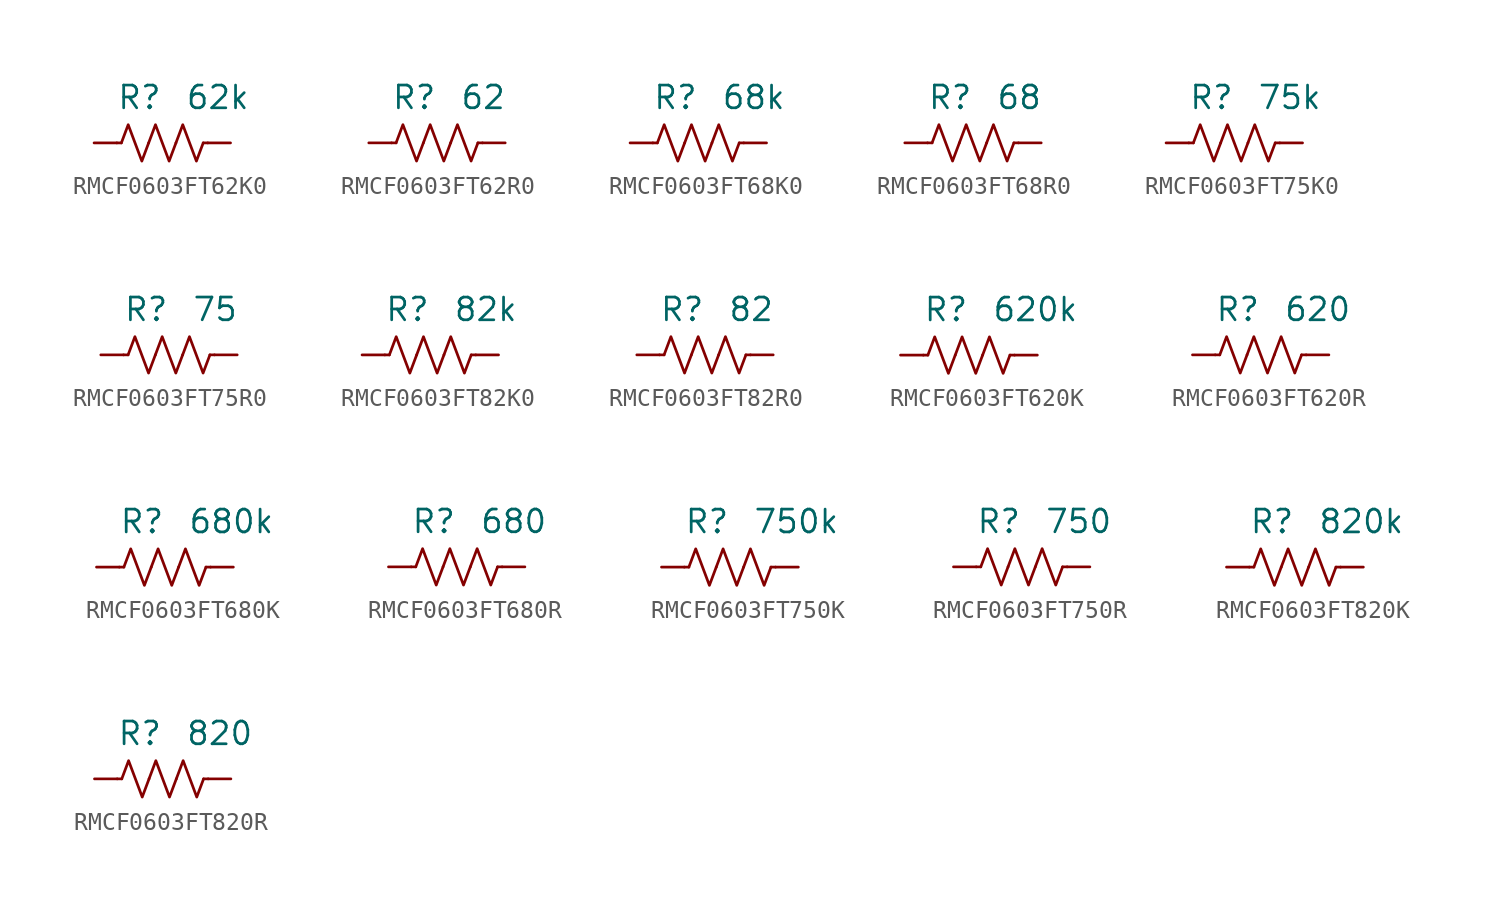
<source format=kicad_sym>
(kicad_symbol_lib
  (version 20241209)
  (generator "kicad_symbol_editor")
  (generator_version "9.0")
  (symbol "RMCF0603FT62K0"
    (pin_numbers
      (hide yes))
    (property "Reference" "R"
      (at 0 2.54 0)
      (effects (font (size 1.27 1.27)) (justify right)))
    (property "Value" "62k"
      (at 1.27 2.54 0)
      (effects (font (size 1.27 1.27)) (justify left)))
    (symbol "RMCF0603FT62K0_0_1"
      (polyline (pts (xy -2.286 0) (xy -2.54 0)) (stroke (width 0) (type default)) (fill (type none)))
      (polyline (pts (xy -2.286 0) (xy -1.905 1.016) (xy -1.524 0) (xy -1.143 -1.016) (xy -0.762 0)) (stroke (width 0) (type default)) (fill (type none)))
      (polyline (pts (xy -0.762 0) (xy -0.381 1.016) (xy 0 0) (xy 0.381 -1.016) (xy 0.762 0)) (stroke (width 0) (type default)) (fill (type none)))
      (polyline (pts (xy 0.762 0) (xy 1.143 1.016) (xy 1.524 0) (xy 1.905 -1.016) (xy 2.286 0)) (stroke (width 0) (type default)) (fill (type none)))
      (polyline (pts (xy 2.286 0) (xy 2.54 0)) (stroke (width 0) (type default)) (fill (type none))))
    (symbol "RMCF0603FT62K0_1_1"
      (pin passive line (at -3.81 0 0) (length 1.27) (name "~" (effects (font (size 1.27 1.27)))) (number "1" (effects (font (size 1.27 1.27)))))
      (pin passive line (at 3.81 0 180) (length 1.27) (name "~" (effects (font (size 1.27 1.27)))) (number "2" (effects (font (size 1.27 1.27)))))))
  (symbol "RMCF0603FT62R0"
    (pin_numbers
      (hide yes))
    (property "Reference" "R"
      (at 0 2.54 0)
      (effects (font (size 1.27 1.27)) (justify right)))
    (property "Value" "62"
      (at 1.27 2.54 0)
      (effects (font (size 1.27 1.27)) (justify left)))
    (symbol "RMCF0603FT62R0_0_1"
      (polyline (pts (xy -2.286 0) (xy -2.54 0)) (stroke (width 0) (type default)) (fill (type none)))
      (polyline (pts (xy -2.286 0) (xy -1.905 1.016) (xy -1.524 0) (xy -1.143 -1.016) (xy -0.762 0)) (stroke (width 0) (type default)) (fill (type none)))
      (polyline (pts (xy -0.762 0) (xy -0.381 1.016) (xy 0 0) (xy 0.381 -1.016) (xy 0.762 0)) (stroke (width 0) (type default)) (fill (type none)))
      (polyline (pts (xy 0.762 0) (xy 1.143 1.016) (xy 1.524 0) (xy 1.905 -1.016) (xy 2.286 0)) (stroke (width 0) (type default)) (fill (type none)))
      (polyline (pts (xy 2.286 0) (xy 2.54 0)) (stroke (width 0) (type default)) (fill (type none))))
    (symbol "RMCF0603FT62R0_1_1"
      (pin passive line (at -3.81 0 0) (length 1.27) (name "~" (effects (font (size 1.27 1.27)))) (number "1" (effects (font (size 1.27 1.27)))))
      (pin passive line (at 3.81 0 180) (length 1.27) (name "~" (effects (font (size 1.27 1.27)))) (number "2" (effects (font (size 1.27 1.27)))))))
  (symbol "RMCF0603FT68K0"
    (pin_numbers
      (hide yes))
    (property "Reference" "R"
      (at 0 2.54 0)
      (effects (font (size 1.27 1.27)) (justify right)))
    (property "Value" "68k"
      (at 1.27 2.54 0)
      (effects (font (size 1.27 1.27)) (justify left)))
    (symbol "RMCF0603FT68K0_0_1"
      (polyline (pts (xy -2.286 0) (xy -2.54 0)) (stroke (width 0) (type default)) (fill (type none)))
      (polyline (pts (xy -2.286 0) (xy -1.905 1.016) (xy -1.524 0) (xy -1.143 -1.016) (xy -0.762 0)) (stroke (width 0) (type default)) (fill (type none)))
      (polyline (pts (xy -0.762 0) (xy -0.381 1.016) (xy 0 0) (xy 0.381 -1.016) (xy 0.762 0)) (stroke (width 0) (type default)) (fill (type none)))
      (polyline (pts (xy 0.762 0) (xy 1.143 1.016) (xy 1.524 0) (xy 1.905 -1.016) (xy 2.286 0)) (stroke (width 0) (type default)) (fill (type none)))
      (polyline (pts (xy 2.286 0) (xy 2.54 0)) (stroke (width 0) (type default)) (fill (type none))))
    (symbol "RMCF0603FT68K0_1_1"
      (pin passive line (at -3.81 0 0) (length 1.27) (name "~" (effects (font (size 1.27 1.27)))) (number "1" (effects (font (size 1.27 1.27)))))
      (pin passive line (at 3.81 0 180) (length 1.27) (name "~" (effects (font (size 1.27 1.27)))) (number "2" (effects (font (size 1.27 1.27)))))))
  (symbol "RMCF0603FT68R0"
    (pin_numbers
      (hide yes))
    (property "Reference" "R"
      (at 0 2.54 0)
      (effects (font (size 1.27 1.27)) (justify right)))
    (property "Value" "68"
      (at 1.27 2.54 0)
      (effects (font (size 1.27 1.27)) (justify left)))
    (symbol "RMCF0603FT68R0_0_1"
      (polyline (pts (xy -2.286 0) (xy -2.54 0)) (stroke (width 0) (type default)) (fill (type none)))
      (polyline (pts (xy -2.286 0) (xy -1.905 1.016) (xy -1.524 0) (xy -1.143 -1.016) (xy -0.762 0)) (stroke (width 0) (type default)) (fill (type none)))
      (polyline (pts (xy -0.762 0) (xy -0.381 1.016) (xy 0 0) (xy 0.381 -1.016) (xy 0.762 0)) (stroke (width 0) (type default)) (fill (type none)))
      (polyline (pts (xy 0.762 0) (xy 1.143 1.016) (xy 1.524 0) (xy 1.905 -1.016) (xy 2.286 0)) (stroke (width 0) (type default)) (fill (type none)))
      (polyline (pts (xy 2.286 0) (xy 2.54 0)) (stroke (width 0) (type default)) (fill (type none))))
    (symbol "RMCF0603FT68R0_1_1"
      (pin passive line (at -3.81 0 0) (length 1.27) (name "~" (effects (font (size 1.27 1.27)))) (number "1" (effects (font (size 1.27 1.27)))))
      (pin passive line (at 3.81 0 180) (length 1.27) (name "~" (effects (font (size 1.27 1.27)))) (number "2" (effects (font (size 1.27 1.27)))))))
  (symbol "RMCF0603FT75K0"
    (pin_numbers
      (hide yes))
    (property "Reference" "R"
      (at 0 2.54 0)
      (effects (font (size 1.27 1.27)) (justify right)))
    (property "Value" "75k"
      (at 1.27 2.54 0)
      (effects (font (size 1.27 1.27)) (justify left)))
    (symbol "RMCF0603FT75K0_0_1"
      (polyline (pts (xy -2.286 0) (xy -2.54 0)) (stroke (width 0) (type default)) (fill (type none)))
      (polyline (pts (xy -2.286 0) (xy -1.905 1.016) (xy -1.524 0) (xy -1.143 -1.016) (xy -0.762 0)) (stroke (width 0) (type default)) (fill (type none)))
      (polyline (pts (xy -0.762 0) (xy -0.381 1.016) (xy 0 0) (xy 0.381 -1.016) (xy 0.762 0)) (stroke (width 0) (type default)) (fill (type none)))
      (polyline (pts (xy 0.762 0) (xy 1.143 1.016) (xy 1.524 0) (xy 1.905 -1.016) (xy 2.286 0)) (stroke (width 0) (type default)) (fill (type none)))
      (polyline (pts (xy 2.286 0) (xy 2.54 0)) (stroke (width 0) (type default)) (fill (type none))))
    (symbol "RMCF0603FT75K0_1_1"
      (pin passive line (at -3.81 0 0) (length 1.27) (name "~" (effects (font (size 1.27 1.27)))) (number "1" (effects (font (size 1.27 1.27)))))
      (pin passive line (at 3.81 0 180) (length 1.27) (name "~" (effects (font (size 1.27 1.27)))) (number "2" (effects (font (size 1.27 1.27)))))))
  (symbol "RMCF0603FT75R0"
    (pin_numbers
      (hide yes))
    (property "Reference" "R"
      (at 0 2.54 0)
      (effects (font (size 1.27 1.27)) (justify right)))
    (property "Value" "75"
      (at 1.27 2.54 0)
      (effects (font (size 1.27 1.27)) (justify left)))
    (symbol "RMCF0603FT75R0_0_1"
      (polyline (pts (xy -2.286 0) (xy -2.54 0)) (stroke (width 0) (type default)) (fill (type none)))
      (polyline (pts (xy -2.286 0) (xy -1.905 1.016) (xy -1.524 0) (xy -1.143 -1.016) (xy -0.762 0)) (stroke (width 0) (type default)) (fill (type none)))
      (polyline (pts (xy -0.762 0) (xy -0.381 1.016) (xy 0 0) (xy 0.381 -1.016) (xy 0.762 0)) (stroke (width 0) (type default)) (fill (type none)))
      (polyline (pts (xy 0.762 0) (xy 1.143 1.016) (xy 1.524 0) (xy 1.905 -1.016) (xy 2.286 0)) (stroke (width 0) (type default)) (fill (type none)))
      (polyline (pts (xy 2.286 0) (xy 2.54 0)) (stroke (width 0) (type default)) (fill (type none))))
    (symbol "RMCF0603FT75R0_1_1"
      (pin passive line (at -3.81 0 0) (length 1.27) (name "~" (effects (font (size 1.27 1.27)))) (number "1" (effects (font (size 1.27 1.27)))))
      (pin passive line (at 3.81 0 180) (length 1.27) (name "~" (effects (font (size 1.27 1.27)))) (number "2" (effects (font (size 1.27 1.27)))))))
  (symbol "RMCF0603FT82K0"
    (pin_numbers
      (hide yes))
    (property "Reference" "R"
      (at 0 2.54 0)
      (effects (font (size 1.27 1.27)) (justify right)))
    (property "Value" "82k"
      (at 1.27 2.54 0)
      (effects (font (size 1.27 1.27)) (justify left)))
    (symbol "RMCF0603FT82K0_0_1"
      (polyline (pts (xy -2.286 0) (xy -2.54 0)) (stroke (width 0) (type default)) (fill (type none)))
      (polyline (pts (xy -2.286 0) (xy -1.905 1.016) (xy -1.524 0) (xy -1.143 -1.016) (xy -0.762 0)) (stroke (width 0) (type default)) (fill (type none)))
      (polyline (pts (xy -0.762 0) (xy -0.381 1.016) (xy 0 0) (xy 0.381 -1.016) (xy 0.762 0)) (stroke (width 0) (type default)) (fill (type none)))
      (polyline (pts (xy 0.762 0) (xy 1.143 1.016) (xy 1.524 0) (xy 1.905 -1.016) (xy 2.286 0)) (stroke (width 0) (type default)) (fill (type none)))
      (polyline (pts (xy 2.286 0) (xy 2.54 0)) (stroke (width 0) (type default)) (fill (type none))))
    (symbol "RMCF0603FT82K0_1_1"
      (pin passive line (at -3.81 0 0) (length 1.27) (name "~" (effects (font (size 1.27 1.27)))) (number "1" (effects (font (size 1.27 1.27)))))
      (pin passive line (at 3.81 0 180) (length 1.27) (name "~" (effects (font (size 1.27 1.27)))) (number "2" (effects (font (size 1.27 1.27)))))))
  (symbol "RMCF0603FT82R0"
    (pin_numbers
      (hide yes))
    (property "Reference" "R"
      (at 0 2.54 0)
      (effects (font (size 1.27 1.27)) (justify right)))
    (property "Value" "82"
      (at 1.27 2.54 0)
      (effects (font (size 1.27 1.27)) (justify left)))
    (symbol "RMCF0603FT82R0_0_1"
      (polyline (pts (xy -2.286 0) (xy -2.54 0)) (stroke (width 0) (type default)) (fill (type none)))
      (polyline (pts (xy -2.286 0) (xy -1.905 1.016) (xy -1.524 0) (xy -1.143 -1.016) (xy -0.762 0)) (stroke (width 0) (type default)) (fill (type none)))
      (polyline (pts (xy -0.762 0) (xy -0.381 1.016) (xy 0 0) (xy 0.381 -1.016) (xy 0.762 0)) (stroke (width 0) (type default)) (fill (type none)))
      (polyline (pts (xy 0.762 0) (xy 1.143 1.016) (xy 1.524 0) (xy 1.905 -1.016) (xy 2.286 0)) (stroke (width 0) (type default)) (fill (type none)))
      (polyline (pts (xy 2.286 0) (xy 2.54 0)) (stroke (width 0) (type default)) (fill (type none))))
    (symbol "RMCF0603FT82R0_1_1"
      (pin passive line (at -3.81 0 0) (length 1.27) (name "~" (effects (font (size 1.27 1.27)))) (number "1" (effects (font (size 1.27 1.27)))))
      (pin passive line (at 3.81 0 180) (length 1.27) (name "~" (effects (font (size 1.27 1.27)))) (number "2" (effects (font (size 1.27 1.27)))))))
  (symbol "RMCF0603FT620K"
    (pin_numbers
      (hide yes))
    (property "Reference" "R"
      (at 0 2.54 0)
      (effects (font (size 1.27 1.27)) (justify right)))
    (property "Value" "620k"
      (at 1.27 2.54 0)
      (effects (font (size 1.27 1.27)) (justify left)))
    (symbol "RMCF0603FT620K_0_1"
      (polyline (pts (xy -2.286 0) (xy -2.54 0)) (stroke (width 0) (type default)) (fill (type none)))
      (polyline (pts (xy -2.286 0) (xy -1.905 1.016) (xy -1.524 0) (xy -1.143 -1.016) (xy -0.762 0)) (stroke (width 0) (type default)) (fill (type none)))
      (polyline (pts (xy -0.762 0) (xy -0.381 1.016) (xy 0 0) (xy 0.381 -1.016) (xy 0.762 0)) (stroke (width 0) (type default)) (fill (type none)))
      (polyline (pts (xy 0.762 0) (xy 1.143 1.016) (xy 1.524 0) (xy 1.905 -1.016) (xy 2.286 0)) (stroke (width 0) (type default)) (fill (type none)))
      (polyline (pts (xy 2.286 0) (xy 2.54 0)) (stroke (width 0) (type default)) (fill (type none))))
    (symbol "RMCF0603FT620K_1_1"
      (pin passive line (at -3.81 0 0) (length 1.27) (name "~" (effects (font (size 1.27 1.27)))) (number "1" (effects (font (size 1.27 1.27)))))
      (pin passive line (at 3.81 0 180) (length 1.27) (name "~" (effects (font (size 1.27 1.27)))) (number "2" (effects (font (size 1.27 1.27)))))))
  (symbol "RMCF0603FT620R"
    (pin_numbers
      (hide yes))
    (property "Reference" "R"
      (at 0 2.54 0)
      (effects (font (size 1.27 1.27)) (justify right)))
    (property "Value" "620"
      (at 1.27 2.54 0)
      (effects (font (size 1.27 1.27)) (justify left)))
    (symbol "RMCF0603FT620R_0_1"
      (polyline (pts (xy -2.286 0) (xy -2.54 0)) (stroke (width 0) (type default)) (fill (type none)))
      (polyline (pts (xy -2.286 0) (xy -1.905 1.016) (xy -1.524 0) (xy -1.143 -1.016) (xy -0.762 0)) (stroke (width 0) (type default)) (fill (type none)))
      (polyline (pts (xy -0.762 0) (xy -0.381 1.016) (xy 0 0) (xy 0.381 -1.016) (xy 0.762 0)) (stroke (width 0) (type default)) (fill (type none)))
      (polyline (pts (xy 0.762 0) (xy 1.143 1.016) (xy 1.524 0) (xy 1.905 -1.016) (xy 2.286 0)) (stroke (width 0) (type default)) (fill (type none)))
      (polyline (pts (xy 2.286 0) (xy 2.54 0)) (stroke (width 0) (type default)) (fill (type none))))
    (symbol "RMCF0603FT620R_1_1"
      (pin passive line (at -3.81 0 0) (length 1.27) (name "~" (effects (font (size 1.27 1.27)))) (number "1" (effects (font (size 1.27 1.27)))))
      (pin passive line (at 3.81 0 180) (length 1.27) (name "~" (effects (font (size 1.27 1.27)))) (number "2" (effects (font (size 1.27 1.27)))))))
  (symbol "RMCF0603FT680K"
    (pin_numbers
      (hide yes))
    (property "Reference" "R"
      (at 0 2.54 0)
      (effects (font (size 1.27 1.27)) (justify right)))
    (property "Value" "680k"
      (at 1.27 2.54 0)
      (effects (font (size 1.27 1.27)) (justify left)))
    (symbol "RMCF0603FT680K_0_1"
      (polyline (pts (xy -2.286 0) (xy -2.54 0)) (stroke (width 0) (type default)) (fill (type none)))
      (polyline (pts (xy -2.286 0) (xy -1.905 1.016) (xy -1.524 0) (xy -1.143 -1.016) (xy -0.762 0)) (stroke (width 0) (type default)) (fill (type none)))
      (polyline (pts (xy -0.762 0) (xy -0.381 1.016) (xy 0 0) (xy 0.381 -1.016) (xy 0.762 0)) (stroke (width 0) (type default)) (fill (type none)))
      (polyline (pts (xy 0.762 0) (xy 1.143 1.016) (xy 1.524 0) (xy 1.905 -1.016) (xy 2.286 0)) (stroke (width 0) (type default)) (fill (type none)))
      (polyline (pts (xy 2.286 0) (xy 2.54 0)) (stroke (width 0) (type default)) (fill (type none))))
    (symbol "RMCF0603FT680K_1_1"
      (pin passive line (at -3.81 0 0) (length 1.27) (name "~" (effects (font (size 1.27 1.27)))) (number "1" (effects (font (size 1.27 1.27)))))
      (pin passive line (at 3.81 0 180) (length 1.27) (name "~" (effects (font (size 1.27 1.27)))) (number "2" (effects (font (size 1.27 1.27)))))))
  (symbol "RMCF0603FT680R"
    (pin_numbers
      (hide yes))
    (property "Reference" "R"
      (at 0 2.54 0)
      (effects (font (size 1.27 1.27)) (justify right)))
    (property "Value" "680"
      (at 1.27 2.54 0)
      (effects (font (size 1.27 1.27)) (justify left)))
    (symbol "RMCF0603FT680R_0_1"
      (polyline (pts (xy -2.286 0) (xy -2.54 0)) (stroke (width 0) (type default)) (fill (type none)))
      (polyline (pts (xy -2.286 0) (xy -1.905 1.016) (xy -1.524 0) (xy -1.143 -1.016) (xy -0.762 0)) (stroke (width 0) (type default)) (fill (type none)))
      (polyline (pts (xy -0.762 0) (xy -0.381 1.016) (xy 0 0) (xy 0.381 -1.016) (xy 0.762 0)) (stroke (width 0) (type default)) (fill (type none)))
      (polyline (pts (xy 0.762 0) (xy 1.143 1.016) (xy 1.524 0) (xy 1.905 -1.016) (xy 2.286 0)) (stroke (width 0) (type default)) (fill (type none)))
      (polyline (pts (xy 2.286 0) (xy 2.54 0)) (stroke (width 0) (type default)) (fill (type none))))
    (symbol "RMCF0603FT680R_1_1"
      (pin passive line (at -3.81 0 0) (length 1.27) (name "~" (effects (font (size 1.27 1.27)))) (number "1" (effects (font (size 1.27 1.27)))))
      (pin passive line (at 3.81 0 180) (length 1.27) (name "~" (effects (font (size 1.27 1.27)))) (number "2" (effects (font (size 1.27 1.27)))))))
  (symbol "RMCF0603FT750K"
    (pin_numbers
      (hide yes))
    (property "Reference" "R"
      (at 0 2.54 0)
      (effects (font (size 1.27 1.27)) (justify right)))
    (property "Value" "750k"
      (at 1.27 2.54 0)
      (effects (font (size 1.27 1.27)) (justify left)))
    (symbol "RMCF0603FT750K_0_1"
      (polyline (pts (xy -2.286 0) (xy -2.54 0)) (stroke (width 0) (type default)) (fill (type none)))
      (polyline (pts (xy -2.286 0) (xy -1.905 1.016) (xy -1.524 0) (xy -1.143 -1.016) (xy -0.762 0)) (stroke (width 0) (type default)) (fill (type none)))
      (polyline (pts (xy -0.762 0) (xy -0.381 1.016) (xy 0 0) (xy 0.381 -1.016) (xy 0.762 0)) (stroke (width 0) (type default)) (fill (type none)))
      (polyline (pts (xy 0.762 0) (xy 1.143 1.016) (xy 1.524 0) (xy 1.905 -1.016) (xy 2.286 0)) (stroke (width 0) (type default)) (fill (type none)))
      (polyline (pts (xy 2.286 0) (xy 2.54 0)) (stroke (width 0) (type default)) (fill (type none))))
    (symbol "RMCF0603FT750K_1_1"
      (pin passive line (at -3.81 0 0) (length 1.27) (name "~" (effects (font (size 1.27 1.27)))) (number "1" (effects (font (size 1.27 1.27)))))
      (pin passive line (at 3.81 0 180) (length 1.27) (name "~" (effects (font (size 1.27 1.27)))) (number "2" (effects (font (size 1.27 1.27)))))))
  (symbol "RMCF0603FT750R"
    (pin_numbers
      (hide yes))
    (property "Reference" "R"
      (at 0 2.54 0)
      (effects (font (size 1.27 1.27)) (justify right)))
    (property "Value" "750"
      (at 1.27 2.54 0)
      (effects (font (size 1.27 1.27)) (justify left)))
    (symbol "RMCF0603FT750R_0_1"
      (polyline (pts (xy -2.286 0) (xy -2.54 0)) (stroke (width 0) (type default)) (fill (type none)))
      (polyline (pts (xy -2.286 0) (xy -1.905 1.016) (xy -1.524 0) (xy -1.143 -1.016) (xy -0.762 0)) (stroke (width 0) (type default)) (fill (type none)))
      (polyline (pts (xy -0.762 0) (xy -0.381 1.016) (xy 0 0) (xy 0.381 -1.016) (xy 0.762 0)) (stroke (width 0) (type default)) (fill (type none)))
      (polyline (pts (xy 0.762 0) (xy 1.143 1.016) (xy 1.524 0) (xy 1.905 -1.016) (xy 2.286 0)) (stroke (width 0) (type default)) (fill (type none)))
      (polyline (pts (xy 2.286 0) (xy 2.54 0)) (stroke (width 0) (type default)) (fill (type none))))
    (symbol "RMCF0603FT750R_1_1"
      (pin passive line (at -3.81 0 0) (length 1.27) (name "~" (effects (font (size 1.27 1.27)))) (number "1" (effects (font (size 1.27 1.27)))))
      (pin passive line (at 3.81 0 180) (length 1.27) (name "~" (effects (font (size 1.27 1.27)))) (number "2" (effects (font (size 1.27 1.27)))))))
  (symbol "RMCF0603FT820K"
    (pin_numbers
      (hide yes))
    (property "Reference" "R"
      (at 0 2.54 0)
      (effects (font (size 1.27 1.27)) (justify right)))
    (property "Value" "820k"
      (at 1.27 2.54 0)
      (effects (font (size 1.27 1.27)) (justify left)))
    (symbol "RMCF0603FT820K_0_1"
      (polyline (pts (xy -2.286 0) (xy -2.54 0)) (stroke (width 0) (type default)) (fill (type none)))
      (polyline (pts (xy -2.286 0) (xy -1.905 1.016) (xy -1.524 0) (xy -1.143 -1.016) (xy -0.762 0)) (stroke (width 0) (type default)) (fill (type none)))
      (polyline (pts (xy -0.762 0) (xy -0.381 1.016) (xy 0 0) (xy 0.381 -1.016) (xy 0.762 0)) (stroke (width 0) (type default)) (fill (type none)))
      (polyline (pts (xy 0.762 0) (xy 1.143 1.016) (xy 1.524 0) (xy 1.905 -1.016) (xy 2.286 0)) (stroke (width 0) (type default)) (fill (type none)))
      (polyline (pts (xy 2.286 0) (xy 2.54 0)) (stroke (width 0) (type default)) (fill (type none))))
    (symbol "RMCF0603FT820K_1_1"
      (pin passive line (at -3.81 0 0) (length 1.27) (name "~" (effects (font (size 1.27 1.27)))) (number "1" (effects (font (size 1.27 1.27)))))
      (pin passive line (at 3.81 0 180) (length 1.27) (name "~" (effects (font (size 1.27 1.27)))) (number "2" (effects (font (size 1.27 1.27)))))))
  (symbol "RMCF0603FT820R"
    (pin_numbers
      (hide yes))
    (property "Reference" "R"
      (at 0 2.54 0)
      (effects (font (size 1.27 1.27)) (justify right)))
    (property "Value" "820"
      (at 1.27 2.54 0)
      (effects (font (size 1.27 1.27)) (justify left)))
    (symbol "RMCF0603FT820R_0_1"
      (polyline (pts (xy -2.286 0) (xy -2.54 0)) (stroke (width 0) (type default)) (fill (type none)))
      (polyline (pts (xy -2.286 0) (xy -1.905 1.016) (xy -1.524 0) (xy -1.143 -1.016) (xy -0.762 0)) (stroke (width 0) (type default)) (fill (type none)))
      (polyline (pts (xy -0.762 0) (xy -0.381 1.016) (xy 0 0) (xy 0.381 -1.016) (xy 0.762 0)) (stroke (width 0) (type default)) (fill (type none)))
      (polyline (pts (xy 0.762 0) (xy 1.143 1.016) (xy 1.524 0) (xy 1.905 -1.016) (xy 2.286 0)) (stroke (width 0) (type default)) (fill (type none)))
      (polyline (pts (xy 2.286 0) (xy 2.54 0)) (stroke (width 0) (type default)) (fill (type none))))
    (symbol "RMCF0603FT820R_1_1"
      (pin passive line (at -3.81 0 0) (length 1.27) (name "~" (effects (font (size 1.27 1.27)))) (number "1" (effects (font (size 1.27 1.27)))))
      (pin passive line (at 3.81 0 180) (length 1.27) (name "~" (effects (font (size 1.27 1.27)))) (number "2" (effects (font (size 1.27 1.27))))))))
</source>
